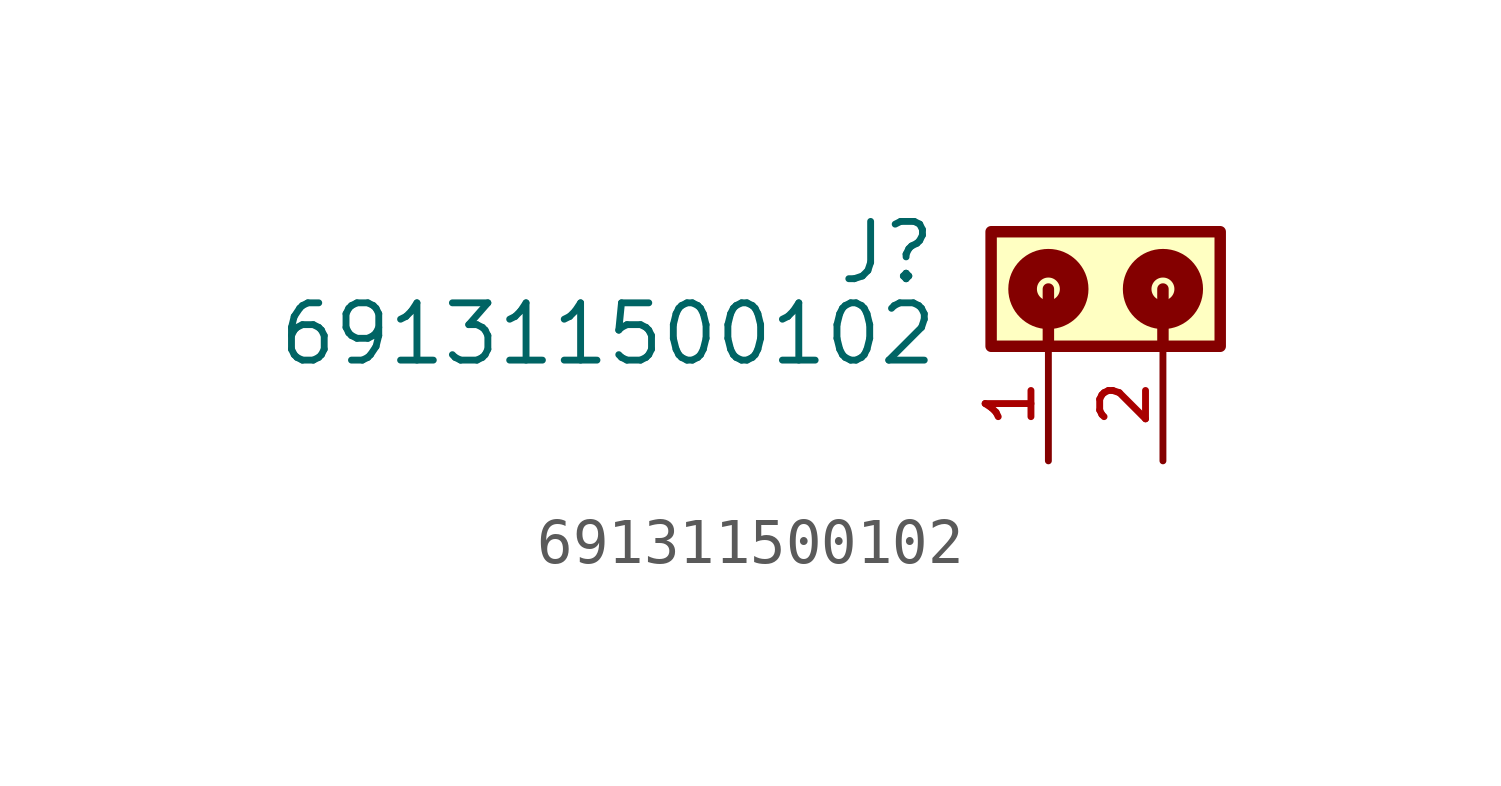
<source format=kicad_sym>
(kicad_symbol_lib
  (version 20211014)
  (generator kicad_symbol_editor)
  (symbol "691311500102"
    (pin_names
      (offset 1.016))
    (property "Reference" "J"
      (at -4.99 -1.205 0)
      (effects (font (size 1.27 1.27)) (justify bottom right)))
    (property "Value" "691311500102"
      (at -4.95 -3.01 0)
      (effects (font (size 1.27 1.27)) (justify bottom right)))
    (symbol "691311500102_0_0"
      (polyline (pts (xy -2.54 -1.27) (xy -2.54 -2.54)) (stroke (width 0.254)))
      (polyline (pts (xy 0.0 -1.27) (xy 0.0 -2.54)) (stroke (width 0.254)))
      (circle (center -2.54 -1.27) (radius 0.254) (stroke (width 0.635)) (fill (type none)))
      (circle (center 0.0 -1.27) (radius 0.254) (stroke (width 0.635)) (fill (type none)))
      (rectangle (start -3.81 -2.54) (end 1.27 -2.22044604925e-16) (stroke (width 0.254)) (fill (type background)))
      (pin passive line (at -2.54 -5.08 90.0) (length 2.54) (name "~" (effects (font (size 1.016 1.016)))) (number "1" (effects (font (size 1.016 1.016)))))
      (pin passive line (at 0.0 -5.08 90.0) (length 2.54) (name "~" (effects (font (size 1.016 1.016)))) (number "2" (effects (font (size 1.016 1.016))))))))
</source>
